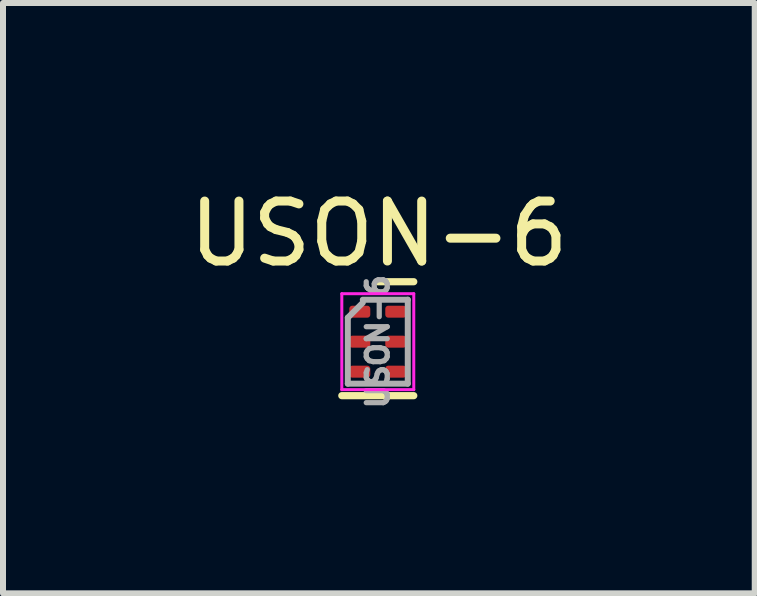
<source format=kicad_pcb>
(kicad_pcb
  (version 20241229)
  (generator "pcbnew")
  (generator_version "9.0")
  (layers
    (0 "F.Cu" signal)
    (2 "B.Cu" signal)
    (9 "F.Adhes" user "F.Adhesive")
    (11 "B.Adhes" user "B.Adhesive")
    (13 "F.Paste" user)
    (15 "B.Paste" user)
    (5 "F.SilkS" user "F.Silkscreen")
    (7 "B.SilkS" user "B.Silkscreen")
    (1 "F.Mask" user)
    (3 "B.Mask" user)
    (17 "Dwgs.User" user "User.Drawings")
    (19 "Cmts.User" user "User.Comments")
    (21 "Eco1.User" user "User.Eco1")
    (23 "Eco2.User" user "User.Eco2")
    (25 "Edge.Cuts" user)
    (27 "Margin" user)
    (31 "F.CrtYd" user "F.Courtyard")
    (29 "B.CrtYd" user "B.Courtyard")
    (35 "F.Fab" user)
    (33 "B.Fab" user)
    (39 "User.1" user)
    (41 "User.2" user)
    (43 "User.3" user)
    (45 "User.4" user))
  (footprint "USON-6"
    (layer "F.Cu")
    (at 3.25 2.648)
    (property "Reference" "USON-6" (at 0.018 -1.8 0) (layer "F.SilkS") (effects (font (size 1 1) (thickness 0.15))))
    (attr smd)
    (fp_line (start 0.6 -1) (end 0 -1) (stroke (width 0.12) (type solid)) (layer "F.SilkS"))
    (fp_line (start 0.6 0.9) (end -0.6 0.9) (stroke (width 0.12) (type solid)) (layer "F.SilkS"))
    (fp_line (start -0.6 -0.8) (end 0.6 -0.8) (stroke (width 0.05) (type solid)) (layer "F.CrtYd"))
    (fp_line (start -0.6 0.8) (end -0.6 -0.8) (stroke (width 0.05) (type solid)) (layer "F.CrtYd"))
    (fp_line (start 0.6 -0.8) (end 0.6 0.8) (stroke (width 0.05) (type solid)) (layer "F.CrtYd"))
    (fp_line (start 0.6 0.8) (end -0.6 0.8) (stroke (width 0.05) (type solid)) (layer "F.CrtYd"))
    (fp_line (start -0.5 -0.4) (end -0.5 0.7) (stroke (width 0.1) (type solid)) (layer "F.Fab"))
    (fp_line (start -0.5 0.7) (end 0.5 0.7) (stroke (width 0.1) (type solid)) (layer "F.Fab"))
    (fp_line (start -0.25 -0.65) (end -0.5 -0.4) (stroke (width 0.1) (type solid)) (layer "F.Fab"))
    (fp_line (start 0.5 -0.7) (end -0.25 -0.7) (stroke (width 0.1) (type solid)) (layer "F.Fab"))
    (fp_line (start 0.5 -0.7) (end 0.5 0.7) (stroke (width 0.1) (type solid)) (layer "F.Fab"))
    (fp_text user "${REFERENCE}" (at 0 0 90) (layer "F.Fab") (effects (font (size 0.35 0.35) (thickness 0.087))))
    (pad "1" smd roundrect (at -0.3 -0.5 270) (size 0.2 0.35) (layers "F.Cu" "F.Mask" "F.Paste") (roundrect_rratio 0.25))
    (pad "2" smd roundrect (at -0.3 0 270) (size 0.2 0.35) (layers "F.Cu" "F.Mask" "F.Paste") (roundrect_rratio 0.25))
    (pad "3" smd roundrect (at -0.3 0.5 270) (size 0.2 0.35) (layers "F.Cu" "F.Mask" "F.Paste") (roundrect_rratio 0.25))
    (pad "4" smd roundrect (at 0.3 0.5 270) (size 0.2 0.35) (layers "F.Cu" "F.Mask" "F.Paste") (roundrect_rratio 0.25))
    (pad "5" smd roundrect (at 0.3 0 270) (size 0.2 0.35) (layers "F.Cu" "F.Mask" "F.Paste") (roundrect_rratio 0.25))
    (pad "6" smd roundrect (at 0.3 -0.5 270) (size 0.2 0.35) (layers "F.Cu" "F.Mask" "F.Paste") (roundrect_rratio 0.25)))
  (gr_rect
    (start -3 -3)
    (end 9.536 6.845)
    (stroke (width 0.1) (type default))
    (fill no)
    (layer "Edge.Cuts")))
</source>
